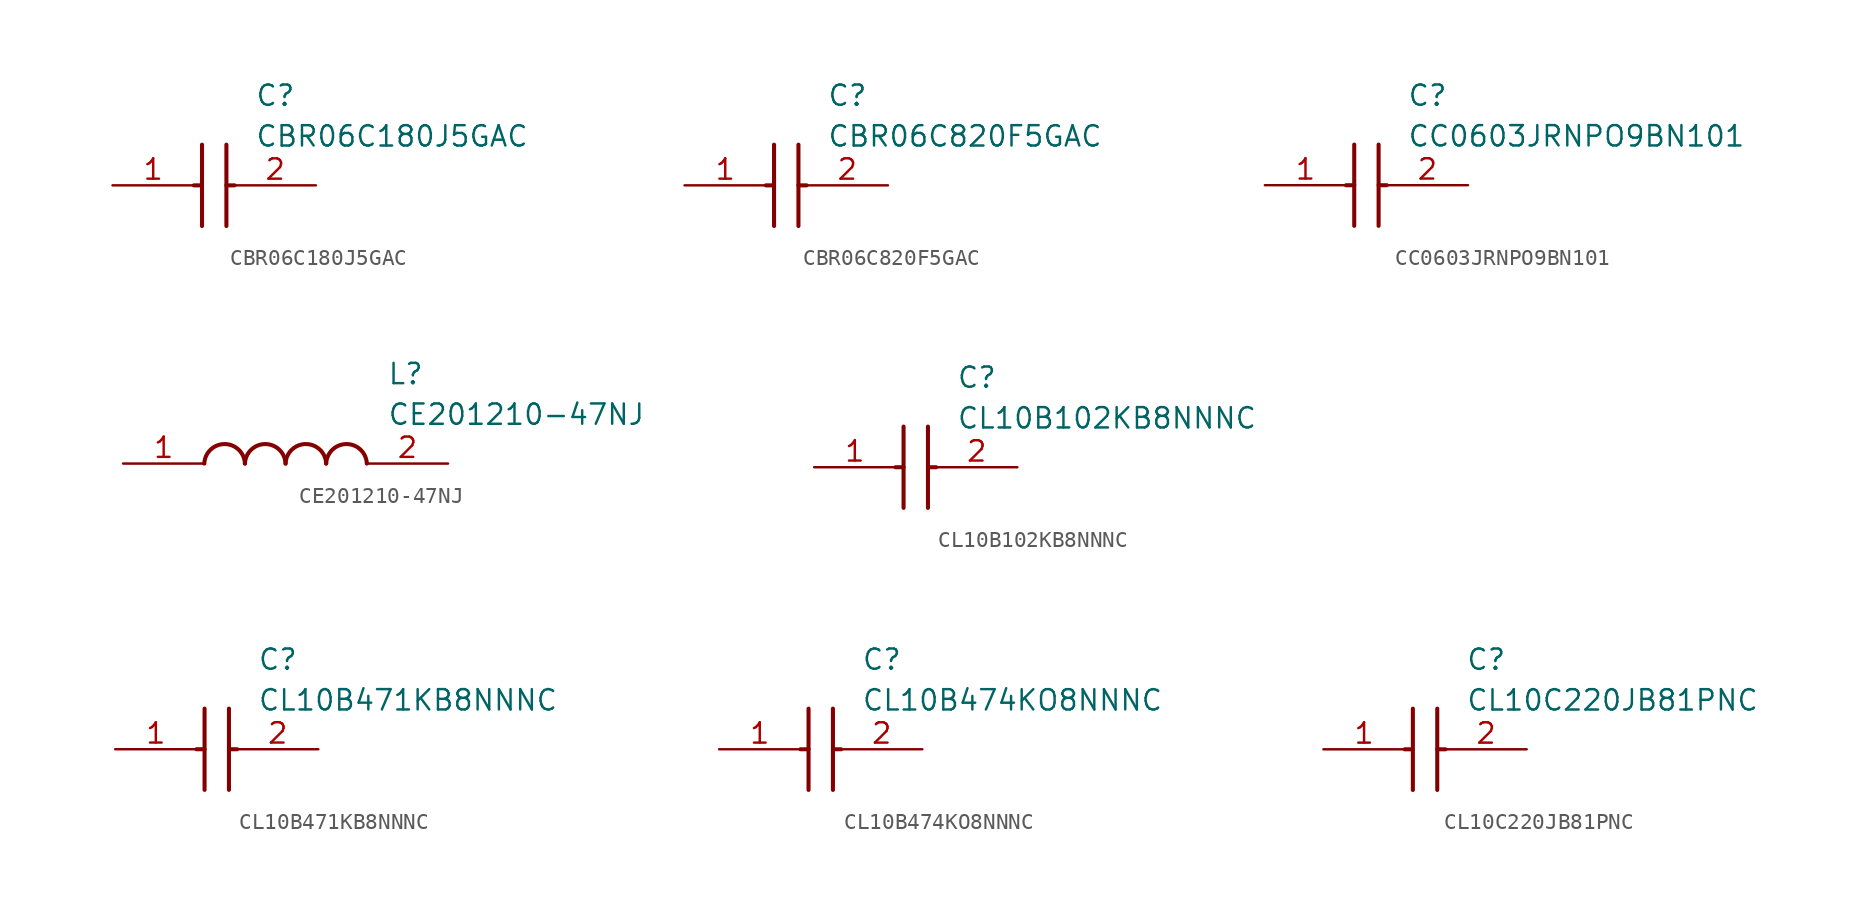
<source format=kicad_sym>
(kicad_symbol_lib
  (version 20231120)
  (generator "kicad_symbol_editor")
  (generator_version "8.0")
  (symbol "CBR06C180J5GAC"
    (pin_names hide)
    (property "Reference" "C"
      (at 8.89 6.35 0)
      (effects (font (size 1.27 1.27)) (justify left top)))
    (property "Value" "CBR06C180J5GAC"
      (at 8.89 3.81 0)
      (effects (font (size 1.27 1.27)) (justify left top)))
    (symbol "CBR06C180J5GAC_1_1"
      (polyline (pts (xy 5.08 0) (xy 5.588 0)) (stroke (width 0.254) (type default)) (fill (type none)))
      (polyline (pts (xy 5.588 2.54) (xy 5.588 -2.54)) (stroke (width 0.254) (type default)) (fill (type none)))
      (polyline (pts (xy 7.112 0) (xy 7.62 0)) (stroke (width 0.254) (type default)) (fill (type none)))
      (polyline (pts (xy 7.112 2.54) (xy 7.112 -2.54)) (stroke (width 0.254) (type default)) (fill (type none)))
      (pin passive line (at 0 0 0) (length 5.08) (name "1" (effects (font (size 1.27 1.27)))) (number "1" (effects (font (size 1.27 1.27)))))
      (pin passive line (at 12.7 0 180) (length 5.08) (name "2" (effects (font (size 1.27 1.27)))) (number "2" (effects (font (size 1.27 1.27)))))))
  (symbol "CBR06C820F5GAC"
    (pin_names hide)
    (property "Reference" "C"
      (at 8.89 6.35 0)
      (effects (font (size 1.27 1.27)) (justify left top)))
    (property "Value" "CBR06C820F5GAC"
      (at 8.89 3.81 0)
      (effects (font (size 1.27 1.27)) (justify left top)))
    (symbol "CBR06C820F5GAC_1_1"
      (polyline (pts (xy 5.08 0) (xy 5.588 0)) (stroke (width 0.254) (type default)) (fill (type none)))
      (polyline (pts (xy 5.588 2.54) (xy 5.588 -2.54)) (stroke (width 0.254) (type default)) (fill (type none)))
      (polyline (pts (xy 7.112 0) (xy 7.62 0)) (stroke (width 0.254) (type default)) (fill (type none)))
      (polyline (pts (xy 7.112 2.54) (xy 7.112 -2.54)) (stroke (width 0.254) (type default)) (fill (type none)))
      (pin passive line (at 0 0 0) (length 5.08) (name "1" (effects (font (size 1.27 1.27)))) (number "1" (effects (font (size 1.27 1.27)))))
      (pin passive line (at 12.7 0 180) (length 5.08) (name "2" (effects (font (size 1.27 1.27)))) (number "2" (effects (font (size 1.27 1.27)))))))
  (symbol "CC0603JRNPO9BN101"
    (pin_names hide)
    (property "Reference" "C"
      (at 8.89 6.35 0)
      (effects (font (size 1.27 1.27)) (justify left top)))
    (property "Value" "CC0603JRNPO9BN101"
      (at 8.89 3.81 0)
      (effects (font (size 1.27 1.27)) (justify left top)))
    (symbol "CC0603JRNPO9BN101_1_1"
      (polyline (pts (xy 5.08 0) (xy 5.588 0)) (stroke (width 0.254) (type default)) (fill (type none)))
      (polyline (pts (xy 5.588 2.54) (xy 5.588 -2.54)) (stroke (width 0.254) (type default)) (fill (type none)))
      (polyline (pts (xy 7.112 0) (xy 7.62 0)) (stroke (width 0.254) (type default)) (fill (type none)))
      (polyline (pts (xy 7.112 2.54) (xy 7.112 -2.54)) (stroke (width 0.254) (type default)) (fill (type none)))
      (pin passive line (at 0 0 0) (length 5.08) (name "1" (effects (font (size 1.27 1.27)))) (number "1" (effects (font (size 1.27 1.27)))))
      (pin passive line (at 12.7 0 180) (length 5.08) (name "2" (effects (font (size 1.27 1.27)))) (number "2" (effects (font (size 1.27 1.27)))))))
  (symbol "CE201210-47NJ"
    (pin_names hide)
    (property "Reference" "L"
      (at 16.51 6.35 0)
      (effects (font (size 1.27 1.27)) (justify left top)))
    (property "Value" "CE201210-47NJ"
      (at 16.51 3.81 0)
      (effects (font (size 1.27 1.27)) (justify left top)))
    (symbol "CE201210-47NJ_1_1"
      (arc (start 7.62 0) (mid 6.35 1.219) (end 5.08 0) (stroke (width 0.254) (type default)) (fill (type none)))
      (arc (start 10.16 0) (mid 8.89 1.219) (end 7.62 0) (stroke (width 0.254) (type default)) (fill (type none)))
      (arc (start 12.7 0) (mid 11.43 1.219) (end 10.16 0) (stroke (width 0.254) (type default)) (fill (type none)))
      (arc (start 15.24 0) (mid 13.97 1.219) (end 12.7 0) (stroke (width 0.254) (type default)) (fill (type none)))
      (pin passive line (at 0 0 0) (length 5.08) (name "1" (effects (font (size 1.27 1.27)))) (number "1" (effects (font (size 1.27 1.27)))))
      (pin passive line (at 20.32 0 180) (length 5.08) (name "2" (effects (font (size 1.27 1.27)))) (number "2" (effects (font (size 1.27 1.27)))))))
  (symbol "CL10B102KB8NNNC"
    (pin_names hide)
    (property "Reference" "C"
      (at 8.89 6.35 0)
      (effects (font (size 1.27 1.27)) (justify left top)))
    (property "Value" "CL10B102KB8NNNC"
      (at 8.89 3.81 0)
      (effects (font (size 1.27 1.27)) (justify left top)))
    (symbol "CL10B102KB8NNNC_1_1"
      (polyline (pts (xy 5.08 0) (xy 5.588 0)) (stroke (width 0.254) (type default)) (fill (type none)))
      (polyline (pts (xy 5.588 2.54) (xy 5.588 -2.54)) (stroke (width 0.254) (type default)) (fill (type none)))
      (polyline (pts (xy 7.112 0) (xy 7.62 0)) (stroke (width 0.254) (type default)) (fill (type none)))
      (polyline (pts (xy 7.112 2.54) (xy 7.112 -2.54)) (stroke (width 0.254) (type default)) (fill (type none)))
      (pin passive line (at 0 0 0) (length 5.08) (name "1" (effects (font (size 1.27 1.27)))) (number "1" (effects (font (size 1.27 1.27)))))
      (pin passive line (at 12.7 0 180) (length 5.08) (name "2" (effects (font (size 1.27 1.27)))) (number "2" (effects (font (size 1.27 1.27)))))))
  (symbol "CL10B471KB8NNNC"
    (pin_names hide)
    (property "Reference" "C"
      (at 8.89 6.35 0)
      (effects (font (size 1.27 1.27)) (justify left top)))
    (property "Value" "CL10B471KB8NNNC"
      (at 8.89 3.81 0)
      (effects (font (size 1.27 1.27)) (justify left top)))
    (symbol "CL10B471KB8NNNC_1_1"
      (polyline (pts (xy 5.08 0) (xy 5.588 0)) (stroke (width 0.254) (type default)) (fill (type none)))
      (polyline (pts (xy 5.588 2.54) (xy 5.588 -2.54)) (stroke (width 0.254) (type default)) (fill (type none)))
      (polyline (pts (xy 7.112 0) (xy 7.62 0)) (stroke (width 0.254) (type default)) (fill (type none)))
      (polyline (pts (xy 7.112 2.54) (xy 7.112 -2.54)) (stroke (width 0.254) (type default)) (fill (type none)))
      (pin passive line (at 0 0 0) (length 5.08) (name "1" (effects (font (size 1.27 1.27)))) (number "1" (effects (font (size 1.27 1.27)))))
      (pin passive line (at 12.7 0 180) (length 5.08) (name "2" (effects (font (size 1.27 1.27)))) (number "2" (effects (font (size 1.27 1.27)))))))
  (symbol "CL10B474KO8NNNC"
    (pin_names hide)
    (property "Reference" "C"
      (at 8.89 6.35 0)
      (effects (font (size 1.27 1.27)) (justify left top)))
    (property "Value" "CL10B474KO8NNNC"
      (at 8.89 3.81 0)
      (effects (font (size 1.27 1.27)) (justify left top)))
    (symbol "CL10B474KO8NNNC_1_1"
      (polyline (pts (xy 5.08 0) (xy 5.588 0)) (stroke (width 0.254) (type default)) (fill (type none)))
      (polyline (pts (xy 5.588 2.54) (xy 5.588 -2.54)) (stroke (width 0.254) (type default)) (fill (type none)))
      (polyline (pts (xy 7.112 0) (xy 7.62 0)) (stroke (width 0.254) (type default)) (fill (type none)))
      (polyline (pts (xy 7.112 2.54) (xy 7.112 -2.54)) (stroke (width 0.254) (type default)) (fill (type none)))
      (pin passive line (at 0 0 0) (length 5.08) (name "1" (effects (font (size 1.27 1.27)))) (number "1" (effects (font (size 1.27 1.27)))))
      (pin passive line (at 12.7 0 180) (length 5.08) (name "2" (effects (font (size 1.27 1.27)))) (number "2" (effects (font (size 1.27 1.27)))))))
  (symbol "CL10C220JB81PNC"
    (pin_names hide)
    (property "Reference" "C"
      (at 8.89 6.35 0)
      (effects (font (size 1.27 1.27)) (justify left top)))
    (property "Value" "CL10C220JB81PNC"
      (at 8.89 3.81 0)
      (effects (font (size 1.27 1.27)) (justify left top)))
    (symbol "CL10C220JB81PNC_1_1"
      (polyline (pts (xy 5.08 0) (xy 5.588 0)) (stroke (width 0.254) (type default)) (fill (type none)))
      (polyline (pts (xy 5.588 2.54) (xy 5.588 -2.54)) (stroke (width 0.254) (type default)) (fill (type none)))
      (polyline (pts (xy 7.112 0) (xy 7.62 0)) (stroke (width 0.254) (type default)) (fill (type none)))
      (polyline (pts (xy 7.112 2.54) (xy 7.112 -2.54)) (stroke (width 0.254) (type default)) (fill (type none)))
      (pin passive line (at 0 0 0) (length 5.08) (name "1" (effects (font (size 1.27 1.27)))) (number "1" (effects (font (size 1.27 1.27)))))
      (pin passive line (at 12.7 0 180) (length 5.08) (name "2" (effects (font (size 1.27 1.27)))) (number "2" (effects (font (size 1.27 1.27))))))))
</source>
